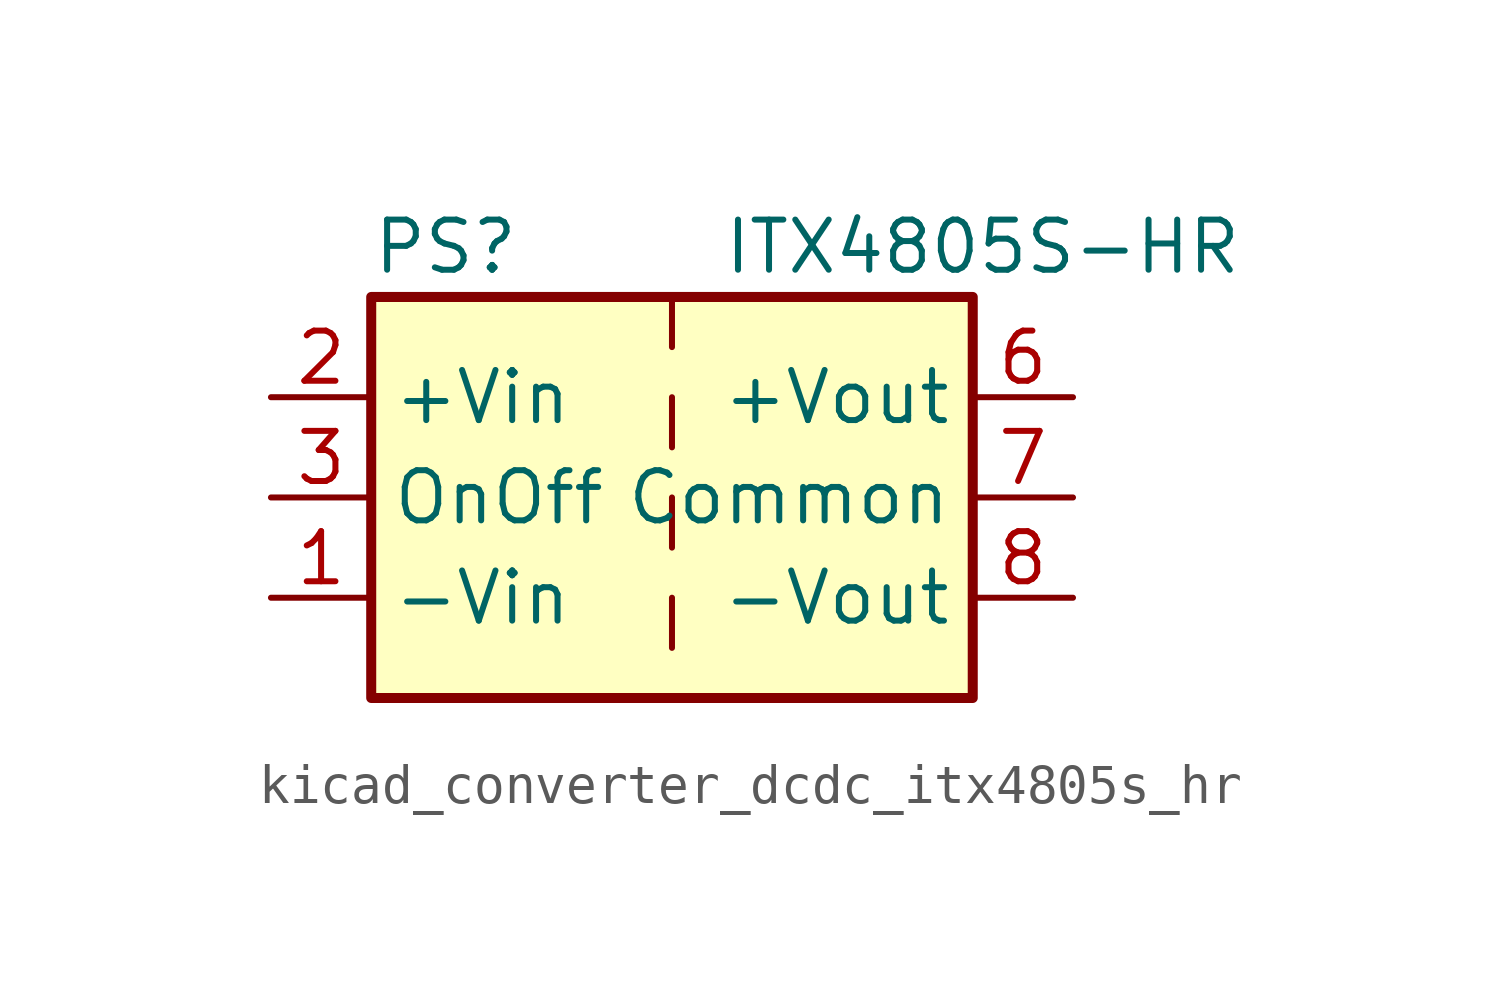
<source format=kicad_sym>
(kicad_symbol_lib
  (version 20220914)
  (generator kicad_symbol_editor)
  (symbol "kicad_converter_dcdc_itx4805s_hr"
    (property "Reference" "PS"
      (at -7.62 6.35 0)
      (effects (font (size 1.27 1.27)) (justify left)))
    (property "Value" "ITX4805S-HR"
      (at 1.27 6.35 0)
      (effects (font (size 1.27 1.27)) (justify left)))
    (symbol "kicad_converter_dcdc_itx4805s_hr_0_0"
      (pin power_in line (at -10.16 -2.54 0) (length 2.54) (name "-Vin" (effects (font (size 1.27 1.27)))) (number "1" (effects (font (size 1.27 1.27)))))
      (pin power_in line (at -10.16 2.54 0) (length 2.54) (name "+Vin" (effects (font (size 1.27 1.27)))) (number "2" (effects (font (size 1.27 1.27)))))
      (pin input line (at -10.16 0 0) (length 2.54) (name "OnOff" (effects (font (size 1.27 1.27)))) (number "3" (effects (font (size 1.27 1.27)))))
      (pin no_connect line (at 0 5.08 270) (length 2.54) hide (name "NC" (effects (font (size 1.27 1.27)))) (number "5" (effects (font (size 1.27 1.27)))))
      (pin power_out line (at 10.16 2.54 180) (length 2.54) (name "+Vout" (effects (font (size 1.27 1.27)))) (number "6" (effects (font (size 1.27 1.27)))))
      (pin power_out line (at 10.16 0 180) (length 2.54) (name "Common" (effects (font (size 1.27 1.27)))) (number "7" (effects (font (size 1.27 1.27)))))
      (pin power_out line (at 10.16 -2.54 180) (length 2.54) (name "-Vout" (effects (font (size 1.27 1.27)))) (number "8" (effects (font (size 1.27 1.27))))))
    (symbol "kicad_converter_dcdc_itx4805s_hr_0_1"
      (rectangle (start -7.62 5.08) (end 7.62 -5.08) (stroke (width 0.254) (type default)) (fill (type background)))
      (polyline (pts (xy 0 -2.54) (xy 0 -3.81)) (stroke (width 0) (type default)) (fill (type none)))
      (polyline (pts (xy 0 0) (xy 0 -1.27)) (stroke (width 0) (type default)) (fill (type none)))
      (polyline (pts (xy 0 2.54) (xy 0 1.27)) (stroke (width 0) (type default)) (fill (type none)))
      (polyline (pts (xy 0 5.08) (xy 0 3.81)) (stroke (width 0) (type default)) (fill (type none))))))
</source>
